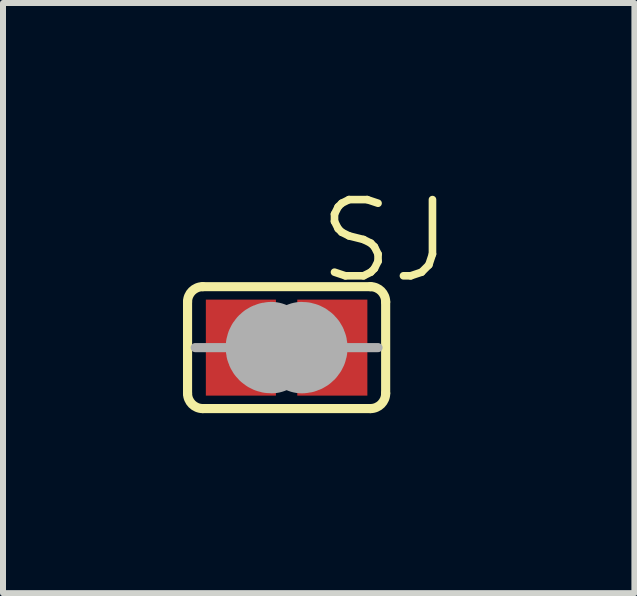
<source format=kicad_pcb>
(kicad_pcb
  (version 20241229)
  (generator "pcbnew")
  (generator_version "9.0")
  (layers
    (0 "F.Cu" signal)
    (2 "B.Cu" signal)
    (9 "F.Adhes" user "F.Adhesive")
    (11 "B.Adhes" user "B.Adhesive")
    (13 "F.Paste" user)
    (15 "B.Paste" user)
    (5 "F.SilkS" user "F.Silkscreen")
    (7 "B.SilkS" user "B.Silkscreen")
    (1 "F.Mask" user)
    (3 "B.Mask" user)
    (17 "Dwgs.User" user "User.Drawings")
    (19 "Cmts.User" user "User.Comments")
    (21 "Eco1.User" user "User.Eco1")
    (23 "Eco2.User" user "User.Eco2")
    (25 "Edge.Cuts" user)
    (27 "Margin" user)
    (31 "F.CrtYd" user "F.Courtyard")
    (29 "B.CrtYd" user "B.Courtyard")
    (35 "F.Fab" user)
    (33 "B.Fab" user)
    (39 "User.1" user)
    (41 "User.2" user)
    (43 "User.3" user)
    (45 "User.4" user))
  (footprint "SJ"
    (layer "F.Cu")
    (at 1.727 2.744)
    (property "Reference" "SJ" (at 1.645 -1.778 0) (layer "F.SilkS") (effects (font (size 1.27 1.27) (thickness 0.127))))
    (attr through_hole)
    (fp_poly (pts (xy -0.076 -0.914) (xy 0.076 -0.914) (xy 0.076 0.914) (xy -0.076 0.914)) (stroke (width 0) (type solid)) (fill yes) (layer "F.Mask"))
    (fp_line (start -1.651 0.762) (end -1.651 -0.762) (stroke (width 0.152) (type solid)) (layer "F.SilkS"))
    (fp_line (start -1.397 -1.016) (end 1.397 -1.016) (stroke (width 0.152) (type solid)) (layer "F.SilkS"))
    (fp_line (start 1.397 1.016) (end -1.397 1.016) (stroke (width 0.152) (type solid)) (layer "F.SilkS"))
    (fp_line (start 1.651 0.762) (end 1.651 -0.762) (stroke (width 0.152) (type solid)) (layer "F.SilkS"))
    (fp_arc (start -1.651 -0.762) (mid -1.576605 -0.941605) (end -1.397 -1.016) (stroke (width 0.1524) (type solid)) (layer "F.SilkS"))
    (fp_arc (start -1.397 1.016) (mid -1.576605 0.941605) (end -1.651 0.762) (stroke (width 0.1524) (type solid)) (layer "F.SilkS"))
    (fp_arc (start 1.397 -1.016) (mid 1.576605 -0.941605) (end 1.651 -0.762) (stroke (width 0.1524) (type solid)) (layer "F.SilkS"))
    (fp_arc (start 1.651 0.762) (mid 1.576605 0.941605) (end 1.397 1.016) (stroke (width 0.1524) (type solid)) (layer "F.SilkS"))
    (fp_line (start -1.016 0) (end -1.524 0) (stroke (width 0.152) (type solid)) (layer "F.Fab"))
    (fp_line (start 1.016 0) (end 1.524 0) (stroke (width 0.152) (type solid)) (layer "F.Fab"))
    (fp_arc (start -0.254 0.127) (mid -0.381 0) (end -0.254 -0.127) (stroke (width 1.27) (type solid)) (layer "F.Fab"))
    (fp_arc (start 0.254 -0.127) (mid 0.381 0) (end 0.254 0.127) (stroke (width 1.27) (type solid)) (layer "F.Fab"))
    (pad "1" smd rect (at -0.762 0) (size 1.168 1.6) (layers "F.Cu" "F.Mask" "F.Paste"))
    (pad "2" smd rect (at 0.762 0) (size 1.168 1.6) (layers "F.Cu" "F.Mask" "F.Paste")))
  (gr_rect
    (start -3 -3)
    (end 7.524 6.836)
    (stroke (width 0.1) (type default))
    (fill no)
    (layer "Edge.Cuts")))
</source>
